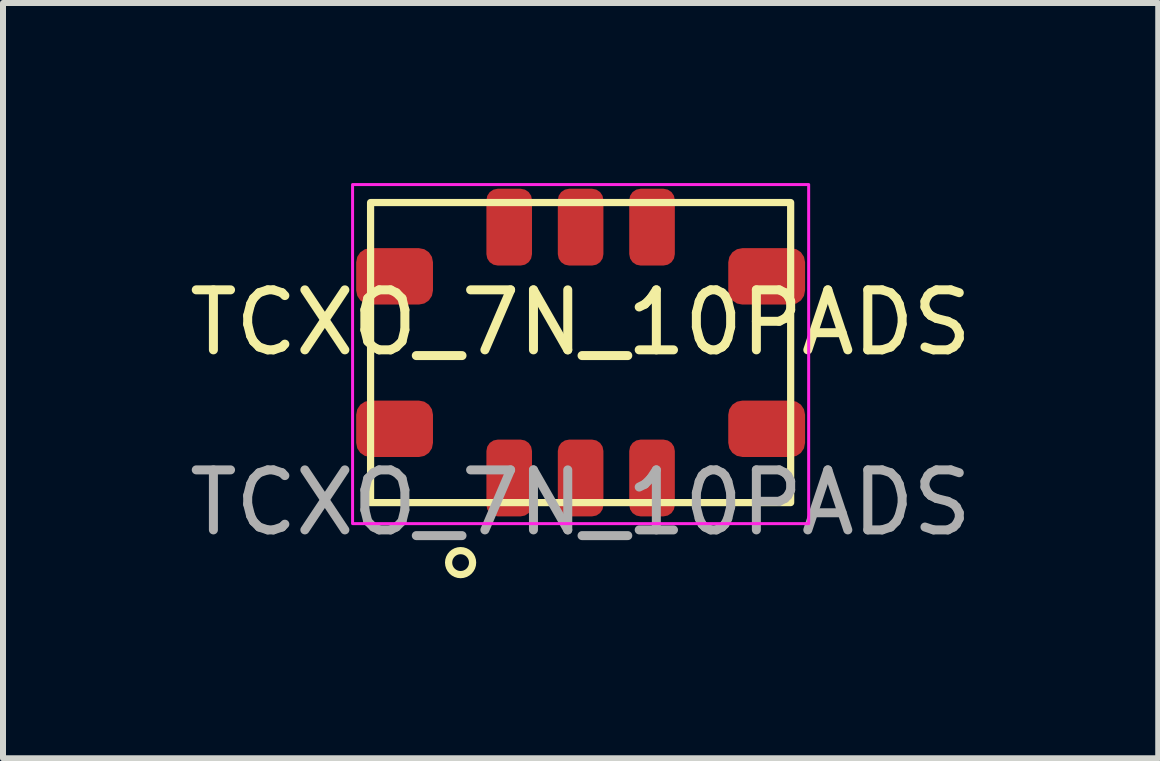
<source format=kicad_pcb>
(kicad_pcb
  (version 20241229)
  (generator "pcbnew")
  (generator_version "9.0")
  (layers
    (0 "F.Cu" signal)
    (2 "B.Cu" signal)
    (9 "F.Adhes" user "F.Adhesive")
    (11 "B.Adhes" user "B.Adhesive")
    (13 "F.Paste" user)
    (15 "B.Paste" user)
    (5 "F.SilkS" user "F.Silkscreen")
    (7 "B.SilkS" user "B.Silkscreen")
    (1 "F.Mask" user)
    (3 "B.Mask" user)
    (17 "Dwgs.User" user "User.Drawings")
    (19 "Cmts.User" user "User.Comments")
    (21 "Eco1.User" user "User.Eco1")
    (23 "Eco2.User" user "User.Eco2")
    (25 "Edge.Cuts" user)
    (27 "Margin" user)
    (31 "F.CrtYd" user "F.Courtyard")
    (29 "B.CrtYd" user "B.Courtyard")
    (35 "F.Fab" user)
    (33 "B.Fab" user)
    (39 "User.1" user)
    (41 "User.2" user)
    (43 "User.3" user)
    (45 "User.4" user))
  (footprint "TCXO_7N_10PADS"
    (layer "F.Cu")
    (at 6.625 2.825)
    (property "Reference" "TCXO_7N_10PADS" (at 0 -0.5 0) (unlocked yes) (layer "F.SilkS") (effects (font (size 1 1) (thickness 0.15))))
    (attr smd)
    (fp_rect (start -3.5 -2.5) (end 3.5 2.5) (stroke (width 0.12) (type default)) (fill no) (layer "F.SilkS"))
    (fp_circle (center -2 3.5) (end -2 3.7) (stroke (width 0.12) (type default)) (fill no) (layer "F.SilkS"))
    (fp_rect (start -3.8 -2.8) (end 3.8 2.85) (stroke (width 0.05) (type default)) (fill no) (layer "F.CrtYd"))
    (fp_text user "${REFERENCE}" (at 0 2.5 0) (unlocked yes) (layer "F.Fab") (effects (font (size 1 1) (thickness 0.15))))
    (pad "1" smd roundrect (at -1.19 2.09) (size 0.76 1.28) (layers "F.Cu" "F.Mask" "F.Paste") (roundrect_rratio 0.25))
    (pad "2" smd roundrect (at 0 2.09) (size 0.76 1.28) (layers "F.Cu" "F.Mask" "F.Paste") (roundrect_rratio 0.25))
    (pad "3" smd roundrect (at 1.19 2.09) (size 0.76 1.28) (layers "F.Cu" "F.Mask" "F.Paste") (roundrect_rratio 0.25))
    (pad "4" smd roundrect (at 3.1 1.27) (size 1.28 0.94) (layers "F.Cu" "F.Mask" "F.Paste") (roundrect_rratio 0.25))
    (pad "5" smd roundrect (at 3.1 -1.27) (size 1.28 0.94) (layers "F.Cu" "F.Mask" "F.Paste") (roundrect_rratio 0.25))
    (pad "6" smd roundrect (at 1.19 -2.09) (size 0.76 1.28) (layers "F.Cu" "F.Mask" "F.Paste") (roundrect_rratio 0.25))
    (pad "7" smd roundrect (at 0 -2.09) (size 0.76 1.28) (layers "F.Cu" "F.Mask" "F.Paste") (roundrect_rratio 0.25))
    (pad "8" smd roundrect (at -1.19 -2.09) (size 0.76 1.28) (layers "F.Cu" "F.Mask" "F.Paste") (roundrect_rratio 0.25))
    (pad "9" smd roundrect (at -3.1 -1.27) (size 1.28 0.94) (layers "F.Cu" "F.Mask" "F.Paste") (roundrect_rratio 0.25))
    (pad "10" smd roundrect (at -3.1 1.27) (size 1.28 0.94) (layers "F.Cu" "F.Mask" "F.Paste") (roundrect_rratio 0.25)))
  (gr_rect
    (start -3 -3)
    (end 16.25 9.585)
    (stroke (width 0.1) (type default))
    (fill no)
    (layer "Edge.Cuts")))
</source>
